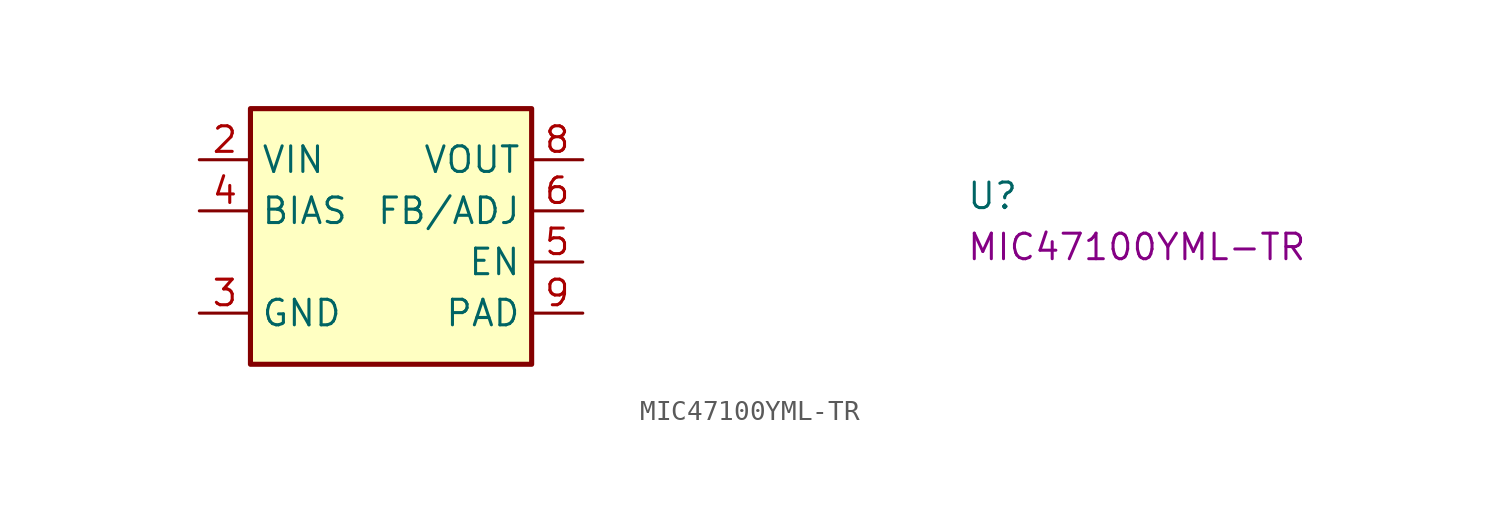
<source format=kicad_sym>
(kicad_symbol_lib
  (version 20220914)
  (generator kicad_symbol_editor)
  (symbol "MIC47100YML-TR"
    (property "Reference" "U"
      (at 38.1 -2.54 0)
      (effects (font (size 1.27 1.27) (thickness 0.15)) (justify left bottom)))
    (property "MPN" "MIC47100YML-TR"
      (at 38.1 -5.08 0)
      (effects (font (size 1.27 1.27) (thickness 0.15)) (justify left bottom)))
    (symbol "MIC47100YML-TR_1_1"
      (rectangle (start 2.54 2.54) (end 16.51 -10.16) (stroke (width 0.254) (type default)) (fill (type background)))
      (pin passive line (at 0 0 0) (length 2.54) hide (name "VIN" (effects (font (size 1.27 1.27)))) (number "1" (effects (font (size 1.27 1.27)))))
      (pin passive line (at 0 0 0) (length 2.54) (name "VIN" (effects (font (size 1.27 1.27)))) (number "2" (effects (font (size 1.27 1.27)))))
      (pin passive line (at 0 -7.62 0) (length 2.54) (name "GND" (effects (font (size 1.27 1.27)))) (number "3" (effects (font (size 1.27 1.27)))))
      (pin passive line (at 0 -2.54 0) (length 2.54) (name "BIAS" (effects (font (size 1.27 1.27)))) (number "4" (effects (font (size 1.27 1.27)))))
      (pin passive line (at 19.05 -5.08 180) (length 2.54) (name "EN" (effects (font (size 1.27 1.27)))) (number "5" (effects (font (size 1.27 1.27)))))
      (pin passive line (at 19.05 -2.54 180) (length 2.54) (name "FB/ADJ" (effects (font (size 1.27 1.27)))) (number "6" (effects (font (size 1.27 1.27)))))
      (pin passive line (at 19.05 0 180) (length 2.54) hide (name "VOUT" (effects (font (size 1.27 1.27)))) (number "7" (effects (font (size 1.27 1.27)))))
      (pin passive line (at 19.05 0 180) (length 2.54) (name "VOUT" (effects (font (size 1.27 1.27)))) (number "8" (effects (font (size 1.27 1.27)))))
      (pin passive line (at 19.05 -7.62 180) (length 2.54) (name "PAD" (effects (font (size 1.27 1.27)))) (number "9" (effects (font (size 1.27 1.27))))))))
</source>
